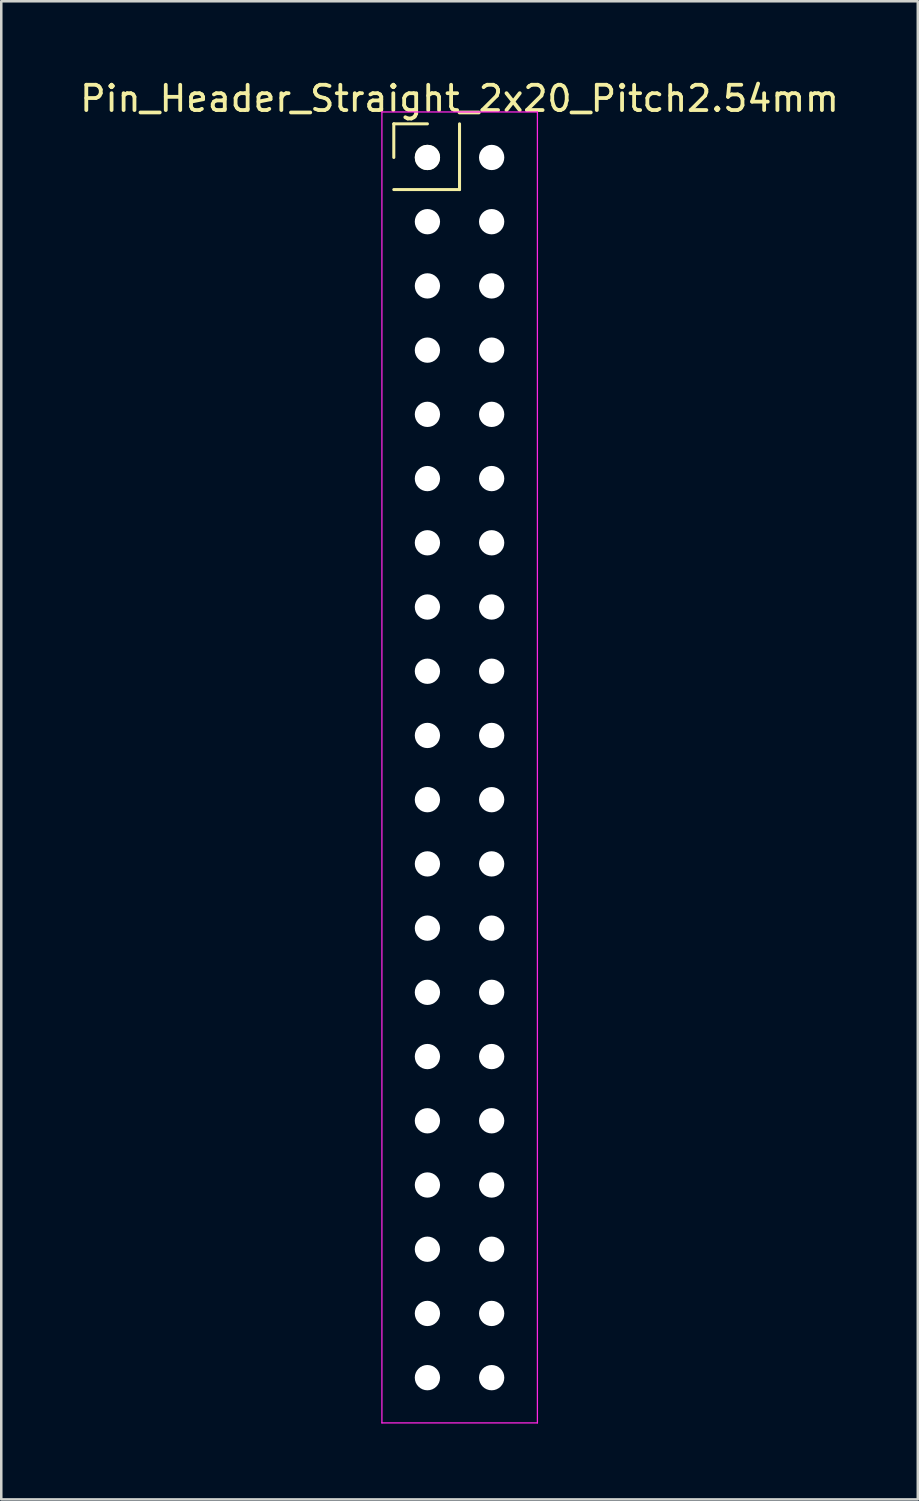
<source format=kicad_pcb>
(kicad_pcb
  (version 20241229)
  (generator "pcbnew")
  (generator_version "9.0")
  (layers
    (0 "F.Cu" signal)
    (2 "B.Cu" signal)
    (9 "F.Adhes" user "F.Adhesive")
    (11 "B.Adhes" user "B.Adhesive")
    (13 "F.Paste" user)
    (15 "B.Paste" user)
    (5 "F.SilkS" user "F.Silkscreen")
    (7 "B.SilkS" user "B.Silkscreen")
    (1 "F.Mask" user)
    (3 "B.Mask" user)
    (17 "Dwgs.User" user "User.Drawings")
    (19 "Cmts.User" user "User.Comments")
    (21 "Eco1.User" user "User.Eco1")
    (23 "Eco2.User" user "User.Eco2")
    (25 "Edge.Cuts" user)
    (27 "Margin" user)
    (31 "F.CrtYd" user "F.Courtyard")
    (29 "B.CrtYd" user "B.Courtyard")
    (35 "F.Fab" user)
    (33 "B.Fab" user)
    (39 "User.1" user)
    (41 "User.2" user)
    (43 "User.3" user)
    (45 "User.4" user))
  (footprint "Pin_Header_Straight_2x20_Pitch2.54mm"
    (layer "F.Cu")
    (at 13.855 3.178)
    (property "Reference" "Pin_Header_Straight_2x20_Pitch2.54mm" (at 1.27 -2.33 0) (layer "F.SilkS") (effects (font (size 1 1) (thickness 0.15))))
    (attr through_hole)
    (fp_line (start -1.33 -1.33) (end 0 -1.33) (stroke (width 0.12) (type solid)) (layer "F.SilkS"))
    (fp_line (start -1.33 0) (end -1.33 -1.33) (stroke (width 0.12) (type solid)) (layer "F.SilkS"))
    (fp_line (start 1.27 -1.33) (end 1.27 1.27) (stroke (width 0.12) (type solid)) (layer "F.SilkS"))
    (fp_line (start 1.27 1.27) (end -1.33 1.27) (stroke (width 0.12) (type solid)) (layer "F.SilkS"))
    (fp_line (start -1.8 -1.8) (end -1.8 50.05) (stroke (width 0.05) (type solid)) (layer "F.CrtYd"))
    (fp_line (start -1.8 50.05) (end 4.35 50.05) (stroke (width 0.05) (type solid)) (layer "F.CrtYd"))
    (fp_line (start 4.35 -1.8) (end -1.8 -1.8) (stroke (width 0.05) (type solid)) (layer "F.CrtYd"))
    (fp_line (start 4.35 50.05) (end 4.35 -1.8) (stroke (width 0.05) (type solid)) (layer "F.CrtYd"))
    (pad "" np_thru_hole circle (at 0 0) (size 1 1) (drill 1) (layers "*.Cu" "*.Mask" "F.SilkS"))
    (pad "" np_thru_hole oval (at 0 2.54) (size 1 1) (drill 1) (layers "*.Cu" "*.Mask"))
    (pad "" np_thru_hole oval (at 0 5.08) (size 1 1) (drill 1) (layers "*.Cu" "*.Mask"))
    (pad "" np_thru_hole oval (at 0 7.62) (size 1 1) (drill 1) (layers "*.Cu" "*.Mask"))
    (pad "" np_thru_hole oval (at 0 10.16) (size 1 1) (drill 1) (layers "*.Cu" "*.Mask"))
    (pad "" np_thru_hole oval (at 0 12.7) (size 1 1) (drill 1) (layers "*.Cu" "*.Mask"))
    (pad "" np_thru_hole oval (at 0 15.24) (size 1 1) (drill 1) (layers "*.Cu" "*.Mask"))
    (pad "" np_thru_hole oval (at 0 17.78) (size 1 1) (drill 1) (layers "*.Cu" "*.Mask"))
    (pad "" np_thru_hole oval (at 0 20.32) (size 1 1) (drill 1) (layers "*.Cu" "*.Mask"))
    (pad "" np_thru_hole oval (at 0 22.86) (size 1 1) (drill 1) (layers "*.Cu" "*.Mask"))
    (pad "" np_thru_hole oval (at 0 25.4) (size 1 1) (drill 1) (layers "*.Cu" "*.Mask"))
    (pad "" np_thru_hole oval (at 0 27.94) (size 1 1) (drill 1) (layers "*.Cu" "*.Mask"))
    (pad "" np_thru_hole oval (at 0 30.48) (size 1 1) (drill 1) (layers "*.Cu" "*.Mask"))
    (pad "" np_thru_hole oval (at 0 33.02) (size 1 1) (drill 1) (layers "*.Cu" "*.Mask"))
    (pad "" np_thru_hole oval (at 0 35.56) (size 1 1) (drill 1) (layers "*.Cu" "*.Mask"))
    (pad "" np_thru_hole oval (at 0 38.1) (size 1 1) (drill 1) (layers "*.Cu" "*.Mask"))
    (pad "" np_thru_hole oval (at 0 40.64) (size 1 1) (drill 1) (layers "*.Cu" "*.Mask"))
    (pad "" np_thru_hole oval (at 0 43.18) (size 1 1) (drill 1) (layers "*.Cu" "*.Mask"))
    (pad "" np_thru_hole oval (at 0 45.72) (size 1 1) (drill 1) (layers "*.Cu" "*.Mask"))
    (pad "" np_thru_hole oval (at 0 48.26) (size 1 1) (drill 1) (layers "*.Cu" "*.Mask"))
    (pad "" np_thru_hole oval (at 2.54 0) (size 1 1) (drill 1) (layers "*.Cu" "*.Mask"))
    (pad "" np_thru_hole oval (at 2.54 2.54) (size 1 1) (drill 1) (layers "*.Cu" "*.Mask"))
    (pad "" np_thru_hole oval (at 2.54 5.08) (size 1 1) (drill 1) (layers "*.Cu" "*.Mask"))
    (pad "" np_thru_hole oval (at 2.54 7.62) (size 1 1) (drill 1) (layers "*.Cu" "*.Mask"))
    (pad "" np_thru_hole oval (at 2.54 10.16) (size 1 1) (drill 1) (layers "*.Cu" "*.Mask"))
    (pad "" np_thru_hole oval (at 2.54 12.7) (size 1 1) (drill 1) (layers "*.Cu" "*.Mask"))
    (pad "" np_thru_hole oval (at 2.54 15.24) (size 1 1) (drill 1) (layers "*.Cu" "*.Mask"))
    (pad "" np_thru_hole oval (at 2.54 17.78) (size 1 1) (drill 1) (layers "*.Cu" "*.Mask"))
    (pad "" np_thru_hole oval (at 2.54 20.32) (size 1 1) (drill 1) (layers "*.Cu" "*.Mask"))
    (pad "" np_thru_hole oval (at 2.54 22.86) (size 1 1) (drill 1) (layers "*.Cu" "*.Mask"))
    (pad "" np_thru_hole oval (at 2.54 25.4) (size 1 1) (drill 1) (layers "*.Cu" "*.Mask"))
    (pad "" np_thru_hole oval (at 2.54 27.94) (size 1 1) (drill 1) (layers "*.Cu" "*.Mask"))
    (pad "" np_thru_hole oval (at 2.54 30.48) (size 1 1) (drill 1) (layers "*.Cu" "*.Mask"))
    (pad "" np_thru_hole oval (at 2.54 33.02) (size 1 1) (drill 1) (layers "*.Cu" "*.Mask"))
    (pad "" np_thru_hole oval (at 2.54 35.56) (size 1 1) (drill 1) (layers "*.Cu" "*.Mask"))
    (pad "" np_thru_hole oval (at 2.54 38.1) (size 1 1) (drill 1) (layers "*.Cu" "*.Mask"))
    (pad "" np_thru_hole oval (at 2.54 40.64) (size 1 1) (drill 1) (layers "*.Cu" "*.Mask"))
    (pad "" np_thru_hole oval (at 2.54 43.18) (size 1 1) (drill 1) (layers "*.Cu" "*.Mask"))
    (pad "" np_thru_hole oval (at 2.54 45.72) (size 1 1) (drill 1) (layers "*.Cu" "*.Mask"))
    (pad "" np_thru_hole oval (at 2.54 48.26) (size 1 1) (drill 1) (layers "*.Cu" "*.Mask")))
  (gr_rect
    (start -3 -3)
    (end 33.25 56.253)
    (stroke (width 0.1) (type default))
    (fill no)
    (layer "Edge.Cuts")))
</source>
